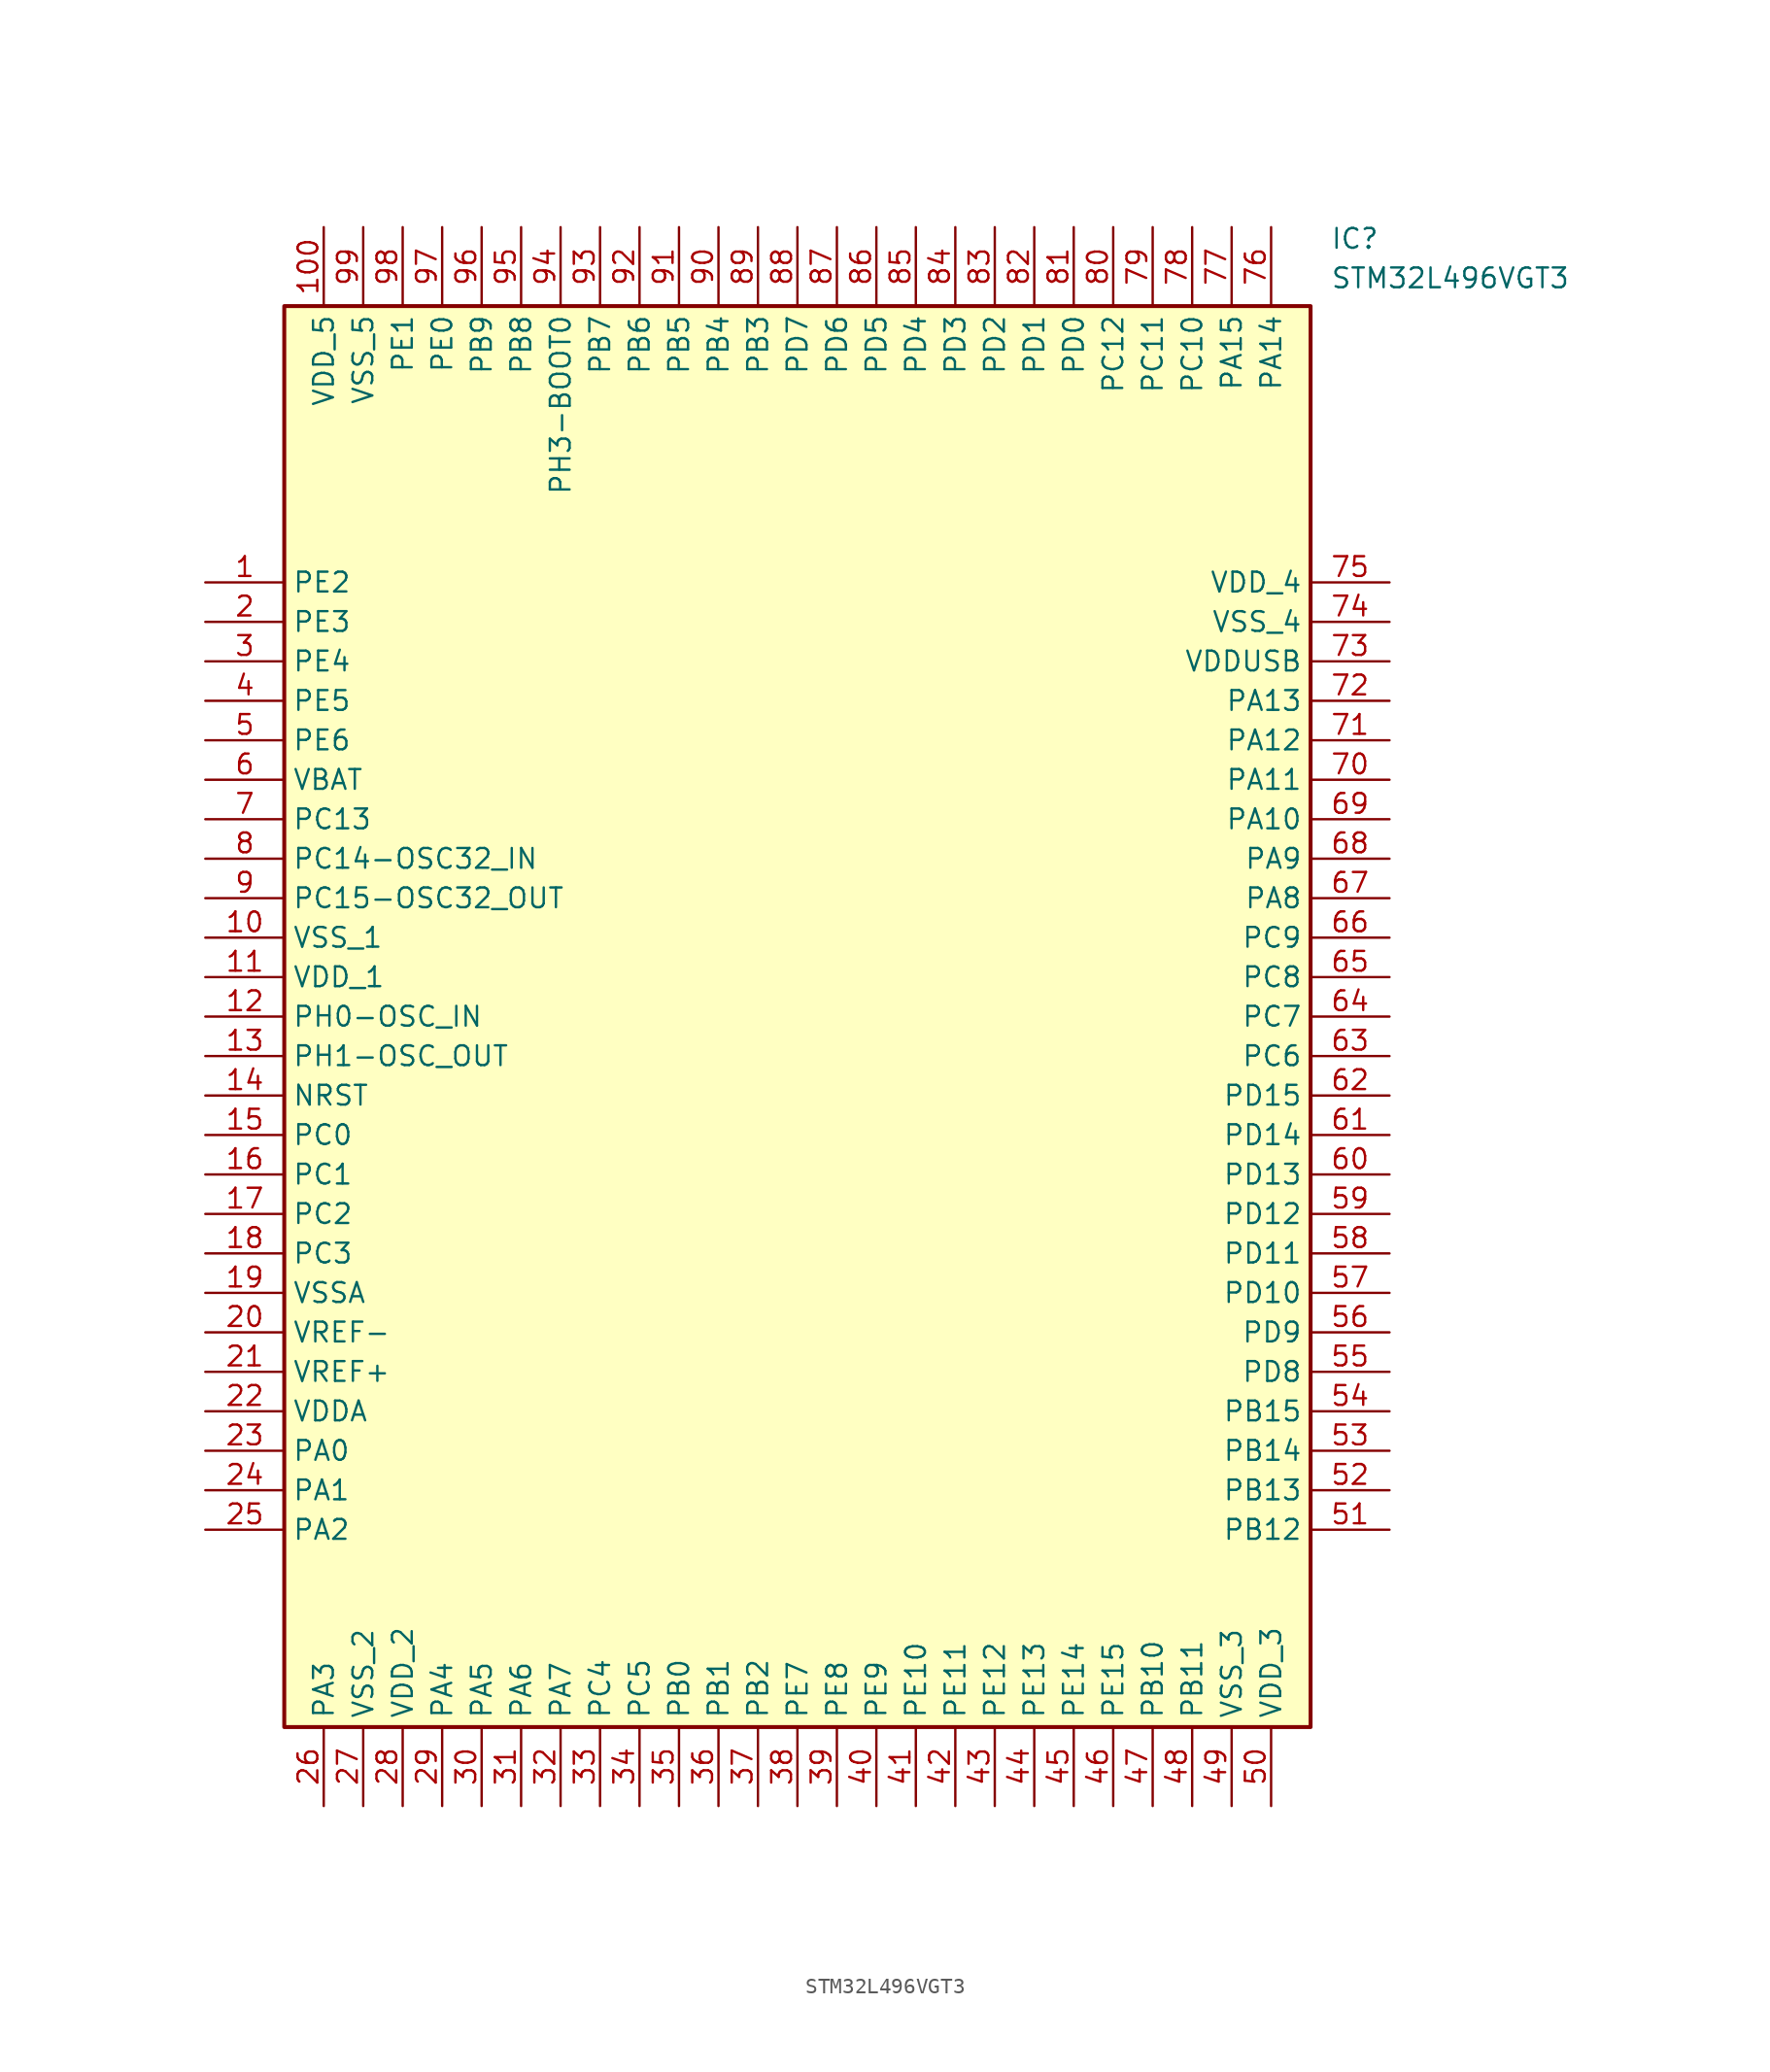
<source format=kicad_sym>
(kicad_symbol_lib
  (version 20211014)
  (generator SamacSys_ECAD_Model)
  (symbol "STM32L496VGT3"
    (property "Reference" "IC"
      (at 72.39 22.86 0)
      (effects (font (size 1.27 1.27)) (justify left top)))
    (property "Value" "STM32L496VGT3"
      (at 72.39 20.32 0)
      (effects (font (size 1.27 1.27)) (justify left top)))
    (rectangle
      (start 5.08 17.78)
      (end 71.12 -73.66)
      (stroke (width 0.254) (type default))
      (fill (type background)))
    (pin passive line
      (at 0 0 0)
      (length 5.08)
      (name "PE2" (effects (font (size 1.27 1.27))))
      (number "1" (effects (font (size 1.27 1.27)))))
    (pin passive line
      (at 0 -2.54 0)
      (length 5.08)
      (name "PE3" (effects (font (size 1.27 1.27))))
      (number "2" (effects (font (size 1.27 1.27)))))
    (pin passive line
      (at 0 -5.08 0)
      (length 5.08)
      (name "PE4" (effects (font (size 1.27 1.27))))
      (number "3" (effects (font (size 1.27 1.27)))))
    (pin passive line
      (at 0 -7.62 0)
      (length 5.08)
      (name "PE5" (effects (font (size 1.27 1.27))))
      (number "4" (effects (font (size 1.27 1.27)))))
    (pin passive line
      (at 0 -10.16 0)
      (length 5.08)
      (name "PE6" (effects (font (size 1.27 1.27))))
      (number "5" (effects (font (size 1.27 1.27)))))
    (pin passive line
      (at 0 -12.7 0)
      (length 5.08)
      (name "VBAT" (effects (font (size 1.27 1.27))))
      (number "6" (effects (font (size 1.27 1.27)))))
    (pin passive line
      (at 0 -15.24 0)
      (length 5.08)
      (name "PC13" (effects (font (size 1.27 1.27))))
      (number "7" (effects (font (size 1.27 1.27)))))
    (pin passive line
      (at 0 -17.78 0)
      (length 5.08)
      (name "PC14-OSC32_IN" (effects (font (size 1.27 1.27))))
      (number "8" (effects (font (size 1.27 1.27)))))
    (pin passive line
      (at 0 -20.32 0)
      (length 5.08)
      (name "PC15-OSC32_OUT" (effects (font (size 1.27 1.27))))
      (number "9" (effects (font (size 1.27 1.27)))))
    (pin passive line
      (at 0 -22.86 0)
      (length 5.08)
      (name "VSS_1" (effects (font (size 1.27 1.27))))
      (number "10" (effects (font (size 1.27 1.27)))))
    (pin passive line
      (at 0 -25.4 0)
      (length 5.08)
      (name "VDD_1" (effects (font (size 1.27 1.27))))
      (number "11" (effects (font (size 1.27 1.27)))))
    (pin passive line
      (at 0 -27.94 0)
      (length 5.08)
      (name "PH0-OSC_IN" (effects (font (size 1.27 1.27))))
      (number "12" (effects (font (size 1.27 1.27)))))
    (pin passive line
      (at 0 -30.48 0)
      (length 5.08)
      (name "PH1-OSC_OUT" (effects (font (size 1.27 1.27))))
      (number "13" (effects (font (size 1.27 1.27)))))
    (pin passive line
      (at 0 -33.02 0)
      (length 5.08)
      (name "NRST" (effects (font (size 1.27 1.27))))
      (number "14" (effects (font (size 1.27 1.27)))))
    (pin passive line
      (at 0 -35.56 0)
      (length 5.08)
      (name "PC0" (effects (font (size 1.27 1.27))))
      (number "15" (effects (font (size 1.27 1.27)))))
    (pin passive line
      (at 0 -38.1 0)
      (length 5.08)
      (name "PC1" (effects (font (size 1.27 1.27))))
      (number "16" (effects (font (size 1.27 1.27)))))
    (pin passive line
      (at 0 -40.64 0)
      (length 5.08)
      (name "PC2" (effects (font (size 1.27 1.27))))
      (number "17" (effects (font (size 1.27 1.27)))))
    (pin passive line
      (at 0 -43.18 0)
      (length 5.08)
      (name "PC3" (effects (font (size 1.27 1.27))))
      (number "18" (effects (font (size 1.27 1.27)))))
    (pin passive line
      (at 0 -45.72 0)
      (length 5.08)
      (name "VSSA" (effects (font (size 1.27 1.27))))
      (number "19" (effects (font (size 1.27 1.27)))))
    (pin passive line
      (at 0 -48.26 0)
      (length 5.08)
      (name "VREF-" (effects (font (size 1.27 1.27))))
      (number "20" (effects (font (size 1.27 1.27)))))
    (pin passive line
      (at 0 -50.8 0)
      (length 5.08)
      (name "VREF+" (effects (font (size 1.27 1.27))))
      (number "21" (effects (font (size 1.27 1.27)))))
    (pin passive line
      (at 0 -53.34 0)
      (length 5.08)
      (name "VDDA" (effects (font (size 1.27 1.27))))
      (number "22" (effects (font (size 1.27 1.27)))))
    (pin passive line
      (at 0 -55.88 0)
      (length 5.08)
      (name "PA0" (effects (font (size 1.27 1.27))))
      (number "23" (effects (font (size 1.27 1.27)))))
    (pin passive line
      (at 0 -58.42 0)
      (length 5.08)
      (name "PA1" (effects (font (size 1.27 1.27))))
      (number "24" (effects (font (size 1.27 1.27)))))
    (pin passive line
      (at 0 -60.96 0)
      (length 5.08)
      (name "PA2" (effects (font (size 1.27 1.27))))
      (number "25" (effects (font (size 1.27 1.27)))))
    (pin passive line
      (at 7.62 -78.74 90)
      (length 5.08)
      (name "PA3" (effects (font (size 1.27 1.27))))
      (number "26" (effects (font (size 1.27 1.27)))))
    (pin passive line
      (at 10.16 -78.74 90)
      (length 5.08)
      (name "VSS_2" (effects (font (size 1.27 1.27))))
      (number "27" (effects (font (size 1.27 1.27)))))
    (pin passive line
      (at 12.7 -78.74 90)
      (length 5.08)
      (name "VDD_2" (effects (font (size 1.27 1.27))))
      (number "28" (effects (font (size 1.27 1.27)))))
    (pin passive line
      (at 15.24 -78.74 90)
      (length 5.08)
      (name "PA4" (effects (font (size 1.27 1.27))))
      (number "29" (effects (font (size 1.27 1.27)))))
    (pin passive line
      (at 17.78 -78.74 90)
      (length 5.08)
      (name "PA5" (effects (font (size 1.27 1.27))))
      (number "30" (effects (font (size 1.27 1.27)))))
    (pin passive line
      (at 20.32 -78.74 90)
      (length 5.08)
      (name "PA6" (effects (font (size 1.27 1.27))))
      (number "31" (effects (font (size 1.27 1.27)))))
    (pin passive line
      (at 22.86 -78.74 90)
      (length 5.08)
      (name "PA7" (effects (font (size 1.27 1.27))))
      (number "32" (effects (font (size 1.27 1.27)))))
    (pin passive line
      (at 25.4 -78.74 90)
      (length 5.08)
      (name "PC4" (effects (font (size 1.27 1.27))))
      (number "33" (effects (font (size 1.27 1.27)))))
    (pin passive line
      (at 27.94 -78.74 90)
      (length 5.08)
      (name "PC5" (effects (font (size 1.27 1.27))))
      (number "34" (effects (font (size 1.27 1.27)))))
    (pin passive line
      (at 30.48 -78.74 90)
      (length 5.08)
      (name "PB0" (effects (font (size 1.27 1.27))))
      (number "35" (effects (font (size 1.27 1.27)))))
    (pin passive line
      (at 33.02 -78.74 90)
      (length 5.08)
      (name "PB1" (effects (font (size 1.27 1.27))))
      (number "36" (effects (font (size 1.27 1.27)))))
    (pin passive line
      (at 35.56 -78.74 90)
      (length 5.08)
      (name "PB2" (effects (font (size 1.27 1.27))))
      (number "37" (effects (font (size 1.27 1.27)))))
    (pin passive line
      (at 38.1 -78.74 90)
      (length 5.08)
      (name "PE7" (effects (font (size 1.27 1.27))))
      (number "38" (effects (font (size 1.27 1.27)))))
    (pin passive line
      (at 40.64 -78.74 90)
      (length 5.08)
      (name "PE8" (effects (font (size 1.27 1.27))))
      (number "39" (effects (font (size 1.27 1.27)))))
    (pin passive line
      (at 43.18 -78.74 90)
      (length 5.08)
      (name "PE9" (effects (font (size 1.27 1.27))))
      (number "40" (effects (font (size 1.27 1.27)))))
    (pin passive line
      (at 45.72 -78.74 90)
      (length 5.08)
      (name "PE10" (effects (font (size 1.27 1.27))))
      (number "41" (effects (font (size 1.27 1.27)))))
    (pin passive line
      (at 48.26 -78.74 90)
      (length 5.08)
      (name "PE11" (effects (font (size 1.27 1.27))))
      (number "42" (effects (font (size 1.27 1.27)))))
    (pin passive line
      (at 50.8 -78.74 90)
      (length 5.08)
      (name "PE12" (effects (font (size 1.27 1.27))))
      (number "43" (effects (font (size 1.27 1.27)))))
    (pin passive line
      (at 53.34 -78.74 90)
      (length 5.08)
      (name "PE13" (effects (font (size 1.27 1.27))))
      (number "44" (effects (font (size 1.27 1.27)))))
    (pin passive line
      (at 55.88 -78.74 90)
      (length 5.08)
      (name "PE14" (effects (font (size 1.27 1.27))))
      (number "45" (effects (font (size 1.27 1.27)))))
    (pin passive line
      (at 58.42 -78.74 90)
      (length 5.08)
      (name "PE15" (effects (font (size 1.27 1.27))))
      (number "46" (effects (font (size 1.27 1.27)))))
    (pin passive line
      (at 60.96 -78.74 90)
      (length 5.08)
      (name "PB10" (effects (font (size 1.27 1.27))))
      (number "47" (effects (font (size 1.27 1.27)))))
    (pin passive line
      (at 63.5 -78.74 90)
      (length 5.08)
      (name "PB11" (effects (font (size 1.27 1.27))))
      (number "48" (effects (font (size 1.27 1.27)))))
    (pin passive line
      (at 66.04 -78.74 90)
      (length 5.08)
      (name "VSS_3" (effects (font (size 1.27 1.27))))
      (number "49" (effects (font (size 1.27 1.27)))))
    (pin passive line
      (at 68.58 -78.74 90)
      (length 5.08)
      (name "VDD_3" (effects (font (size 1.27 1.27))))
      (number "50" (effects (font (size 1.27 1.27)))))
    (pin passive line
      (at 76.2 0 180)
      (length 5.08)
      (name "VDD_4" (effects (font (size 1.27 1.27))))
      (number "75" (effects (font (size 1.27 1.27)))))
    (pin passive line
      (at 76.2 -2.54 180)
      (length 5.08)
      (name "VSS_4" (effects (font (size 1.27 1.27))))
      (number "74" (effects (font (size 1.27 1.27)))))
    (pin passive line
      (at 76.2 -5.08 180)
      (length 5.08)
      (name "VDDUSB" (effects (font (size 1.27 1.27))))
      (number "73" (effects (font (size 1.27 1.27)))))
    (pin passive line
      (at 76.2 -7.62 180)
      (length 5.08)
      (name "PA13" (effects (font (size 1.27 1.27))))
      (number "72" (effects (font (size 1.27 1.27)))))
    (pin passive line
      (at 76.2 -10.16 180)
      (length 5.08)
      (name "PA12" (effects (font (size 1.27 1.27))))
      (number "71" (effects (font (size 1.27 1.27)))))
    (pin passive line
      (at 76.2 -12.7 180)
      (length 5.08)
      (name "PA11" (effects (font (size 1.27 1.27))))
      (number "70" (effects (font (size 1.27 1.27)))))
    (pin passive line
      (at 76.2 -15.24 180)
      (length 5.08)
      (name "PA10" (effects (font (size 1.27 1.27))))
      (number "69" (effects (font (size 1.27 1.27)))))
    (pin passive line
      (at 76.2 -17.78 180)
      (length 5.08)
      (name "PA9" (effects (font (size 1.27 1.27))))
      (number "68" (effects (font (size 1.27 1.27)))))
    (pin passive line
      (at 76.2 -20.32 180)
      (length 5.08)
      (name "PA8" (effects (font (size 1.27 1.27))))
      (number "67" (effects (font (size 1.27 1.27)))))
    (pin passive line
      (at 76.2 -22.86 180)
      (length 5.08)
      (name "PC9" (effects (font (size 1.27 1.27))))
      (number "66" (effects (font (size 1.27 1.27)))))
    (pin passive line
      (at 76.2 -25.4 180)
      (length 5.08)
      (name "PC8" (effects (font (size 1.27 1.27))))
      (number "65" (effects (font (size 1.27 1.27)))))
    (pin passive line
      (at 76.2 -27.94 180)
      (length 5.08)
      (name "PC7" (effects (font (size 1.27 1.27))))
      (number "64" (effects (font (size 1.27 1.27)))))
    (pin passive line
      (at 76.2 -30.48 180)
      (length 5.08)
      (name "PC6" (effects (font (size 1.27 1.27))))
      (number "63" (effects (font (size 1.27 1.27)))))
    (pin passive line
      (at 76.2 -33.02 180)
      (length 5.08)
      (name "PD15" (effects (font (size 1.27 1.27))))
      (number "62" (effects (font (size 1.27 1.27)))))
    (pin passive line
      (at 76.2 -35.56 180)
      (length 5.08)
      (name "PD14" (effects (font (size 1.27 1.27))))
      (number "61" (effects (font (size 1.27 1.27)))))
    (pin passive line
      (at 76.2 -38.1 180)
      (length 5.08)
      (name "PD13" (effects (font (size 1.27 1.27))))
      (number "60" (effects (font (size 1.27 1.27)))))
    (pin passive line
      (at 76.2 -40.64 180)
      (length 5.08)
      (name "PD12" (effects (font (size 1.27 1.27))))
      (number "59" (effects (font (size 1.27 1.27)))))
    (pin passive line
      (at 76.2 -43.18 180)
      (length 5.08)
      (name "PD11" (effects (font (size 1.27 1.27))))
      (number "58" (effects (font (size 1.27 1.27)))))
    (pin passive line
      (at 76.2 -45.72 180)
      (length 5.08)
      (name "PD10" (effects (font (size 1.27 1.27))))
      (number "57" (effects (font (size 1.27 1.27)))))
    (pin passive line
      (at 76.2 -48.26 180)
      (length 5.08)
      (name "PD9" (effects (font (size 1.27 1.27))))
      (number "56" (effects (font (size 1.27 1.27)))))
    (pin passive line
      (at 76.2 -50.8 180)
      (length 5.08)
      (name "PD8" (effects (font (size 1.27 1.27))))
      (number "55" (effects (font (size 1.27 1.27)))))
    (pin passive line
      (at 76.2 -53.34 180)
      (length 5.08)
      (name "PB15" (effects (font (size 1.27 1.27))))
      (number "54" (effects (font (size 1.27 1.27)))))
    (pin passive line
      (at 76.2 -55.88 180)
      (length 5.08)
      (name "PB14" (effects (font (size 1.27 1.27))))
      (number "53" (effects (font (size 1.27 1.27)))))
    (pin passive line
      (at 76.2 -58.42 180)
      (length 5.08)
      (name "PB13" (effects (font (size 1.27 1.27))))
      (number "52" (effects (font (size 1.27 1.27)))))
    (pin passive line
      (at 76.2 -60.96 180)
      (length 5.08)
      (name "PB12" (effects (font (size 1.27 1.27))))
      (number "51" (effects (font (size 1.27 1.27)))))
    (pin passive line
      (at 7.62 22.86 270)
      (length 5.08)
      (name "VDD_5" (effects (font (size 1.27 1.27))))
      (number "100" (effects (font (size 1.27 1.27)))))
    (pin passive line
      (at 10.16 22.86 270)
      (length 5.08)
      (name "VSS_5" (effects (font (size 1.27 1.27))))
      (number "99" (effects (font (size 1.27 1.27)))))
    (pin passive line
      (at 12.7 22.86 270)
      (length 5.08)
      (name "PE1" (effects (font (size 1.27 1.27))))
      (number "98" (effects (font (size 1.27 1.27)))))
    (pin passive line
      (at 15.24 22.86 270)
      (length 5.08)
      (name "PE0" (effects (font (size 1.27 1.27))))
      (number "97" (effects (font (size 1.27 1.27)))))
    (pin passive line
      (at 17.78 22.86 270)
      (length 5.08)
      (name "PB9" (effects (font (size 1.27 1.27))))
      (number "96" (effects (font (size 1.27 1.27)))))
    (pin passive line
      (at 20.32 22.86 270)
      (length 5.08)
      (name "PB8" (effects (font (size 1.27 1.27))))
      (number "95" (effects (font (size 1.27 1.27)))))
    (pin passive line
      (at 22.86 22.86 270)
      (length 5.08)
      (name "PH3-BOOT0" (effects (font (size 1.27 1.27))))
      (number "94" (effects (font (size 1.27 1.27)))))
    (pin passive line
      (at 25.4 22.86 270)
      (length 5.08)
      (name "PB7" (effects (font (size 1.27 1.27))))
      (number "93" (effects (font (size 1.27 1.27)))))
    (pin passive line
      (at 27.94 22.86 270)
      (length 5.08)
      (name "PB6" (effects (font (size 1.27 1.27))))
      (number "92" (effects (font (size 1.27 1.27)))))
    (pin passive line
      (at 30.48 22.86 270)
      (length 5.08)
      (name "PB5" (effects (font (size 1.27 1.27))))
      (number "91" (effects (font (size 1.27 1.27)))))
    (pin passive line
      (at 33.02 22.86 270)
      (length 5.08)
      (name "PB4" (effects (font (size 1.27 1.27))))
      (number "90" (effects (font (size 1.27 1.27)))))
    (pin passive line
      (at 35.56 22.86 270)
      (length 5.08)
      (name "PB3" (effects (font (size 1.27 1.27))))
      (number "89" (effects (font (size 1.27 1.27)))))
    (pin passive line
      (at 38.1 22.86 270)
      (length 5.08)
      (name "PD7" (effects (font (size 1.27 1.27))))
      (number "88" (effects (font (size 1.27 1.27)))))
    (pin passive line
      (at 40.64 22.86 270)
      (length 5.08)
      (name "PD6" (effects (font (size 1.27 1.27))))
      (number "87" (effects (font (size 1.27 1.27)))))
    (pin passive line
      (at 43.18 22.86 270)
      (length 5.08)
      (name "PD5" (effects (font (size 1.27 1.27))))
      (number "86" (effects (font (size 1.27 1.27)))))
    (pin passive line
      (at 45.72 22.86 270)
      (length 5.08)
      (name "PD4" (effects (font (size 1.27 1.27))))
      (number "85" (effects (font (size 1.27 1.27)))))
    (pin passive line
      (at 48.26 22.86 270)
      (length 5.08)
      (name "PD3" (effects (font (size 1.27 1.27))))
      (number "84" (effects (font (size 1.27 1.27)))))
    (pin passive line
      (at 50.8 22.86 270)
      (length 5.08)
      (name "PD2" (effects (font (size 1.27 1.27))))
      (number "83" (effects (font (size 1.27 1.27)))))
    (pin passive line
      (at 53.34 22.86 270)
      (length 5.08)
      (name "PD1" (effects (font (size 1.27 1.27))))
      (number "82" (effects (font (size 1.27 1.27)))))
    (pin passive line
      (at 55.88 22.86 270)
      (length 5.08)
      (name "PD0" (effects (font (size 1.27 1.27))))
      (number "81" (effects (font (size 1.27 1.27)))))
    (pin passive line
      (at 58.42 22.86 270)
      (length 5.08)
      (name "PC12" (effects (font (size 1.27 1.27))))
      (number "80" (effects (font (size 1.27 1.27)))))
    (pin passive line
      (at 60.96 22.86 270)
      (length 5.08)
      (name "PC11" (effects (font (size 1.27 1.27))))
      (number "79" (effects (font (size 1.27 1.27)))))
    (pin passive line
      (at 63.5 22.86 270)
      (length 5.08)
      (name "PC10" (effects (font (size 1.27 1.27))))
      (number "78" (effects (font (size 1.27 1.27)))))
    (pin passive line
      (at 66.04 22.86 270)
      (length 5.08)
      (name "PA15" (effects (font (size 1.27 1.27))))
      (number "77" (effects (font (size 1.27 1.27)))))
    (pin passive line
      (at 68.58 22.86 270)
      (length 5.08)
      (name "PA14" (effects (font (size 1.27 1.27))))
      (number "76" (effects (font (size 1.27 1.27)))))))
</source>
